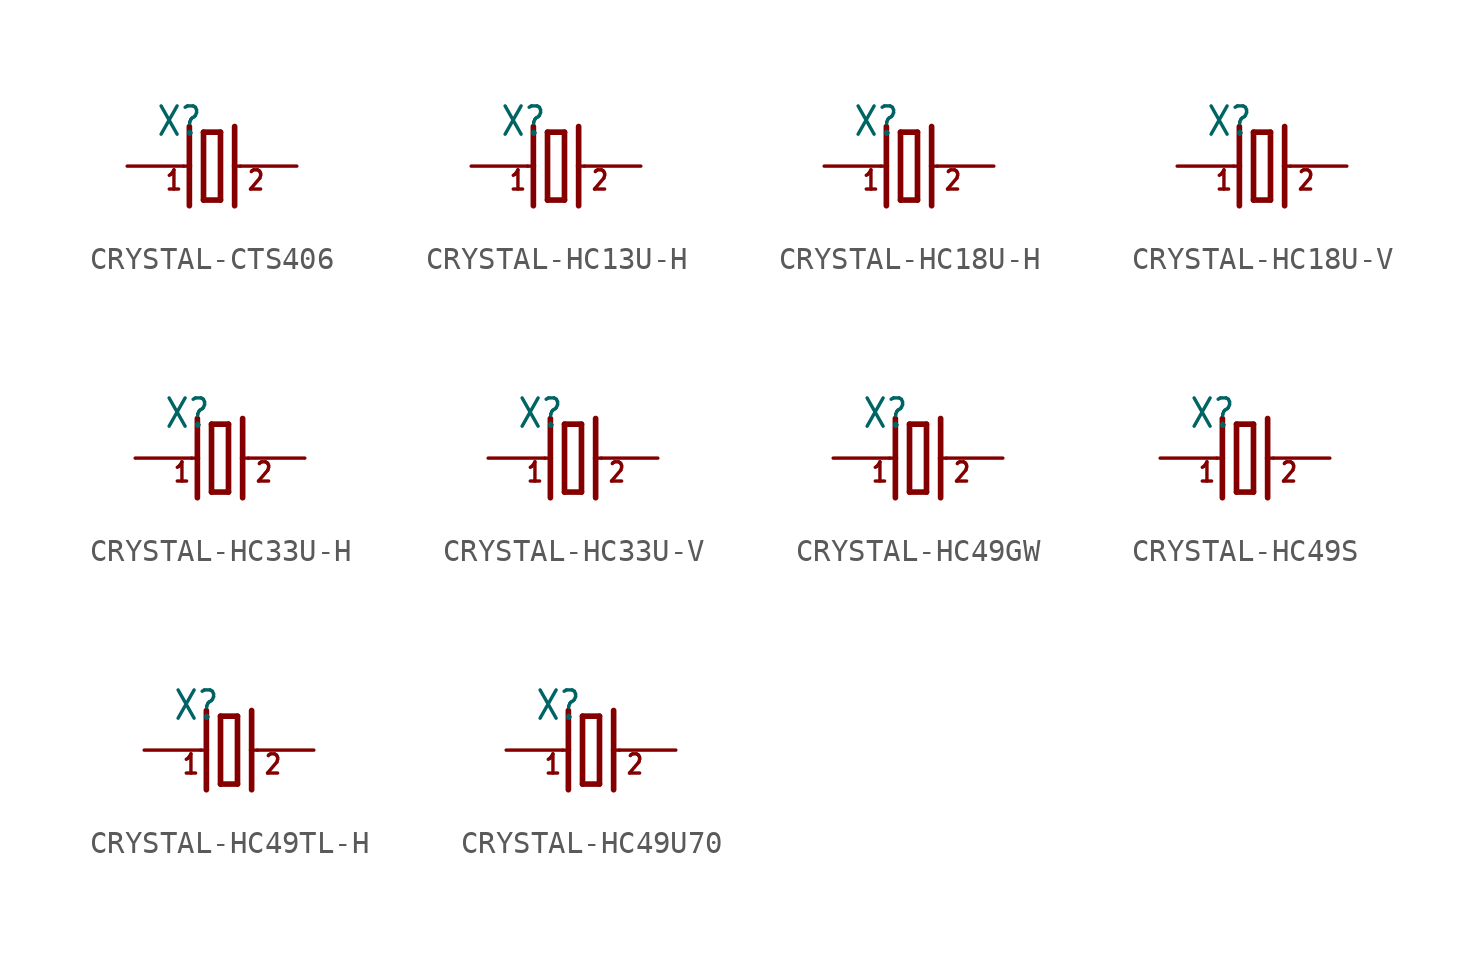
<source format=kicad_sym>
(kicad_symbol_lib
  (version 20220914)
  (generator kicad_symbol_editor)
  (symbol "CRYSTAL-CTS406"
    (property "Reference" "X"
      (at -2.54 1.27 0)
      (effects (font (size 1.27 1.079)) (justify left bottom)))
    (property "Value" ""
      (at -2.54 -2.667 0)
      (effects (font (size 1.27 1.079)) (justify left bottom)))
    (property "ki_locked" ""
      (at 0 0 0)
      (effects (font (size 1.27 1.27))))
    (symbol "CRYSTAL-CTS406_1_0"
      (polyline (pts (xy -1.27 0) (xy -1.016 0)) (stroke (width 0.152) (type solid)) (fill (type none)))
      (polyline (pts (xy -1.016 0) (xy -1.016 -1.778)) (stroke (width 0.254) (type solid)) (fill (type none)))
      (polyline (pts (xy -1.016 1.778) (xy -1.016 0)) (stroke (width 0.254) (type solid)) (fill (type none)))
      (polyline (pts (xy -0.381 -1.524) (xy 0.381 -1.524)) (stroke (width 0.254) (type solid)) (fill (type none)))
      (polyline (pts (xy -0.381 1.524) (xy -0.381 -1.524)) (stroke (width 0.254) (type solid)) (fill (type none)))
      (polyline (pts (xy 0.381 -1.524) (xy 0.381 1.524)) (stroke (width 0.254) (type solid)) (fill (type none)))
      (polyline (pts (xy 0.381 1.524) (xy -0.381 1.524)) (stroke (width 0.254) (type solid)) (fill (type none)))
      (polyline (pts (xy 1.016 0) (xy 1.016 -1.778)) (stroke (width 0.254) (type solid)) (fill (type none)))
      (polyline (pts (xy 1.016 0) (xy 1.27 0)) (stroke (width 0.152) (type solid)) (fill (type none)))
      (polyline (pts (xy 1.016 1.778) (xy 1.016 0)) (stroke (width 0.254) (type solid)) (fill (type none)))
      (text "1" (at -2.159 -1.143 0) (effects (font (size 0.864 0.734)) (justify left bottom)))
      (text "2" (at 1.524 -1.143 0) (effects (font (size 0.864 0.734)) (justify left bottom)))
      (pin passive line (at -3.81 0 0) (length 2.54) (name "1" (effects (font (size 0 0)))) (number "1" (effects (font (size 0 0)))))
      (pin passive line (at 3.81 0 180) (length 2.54) (name "2" (effects (font (size 0 0)))) (number "3" (effects (font (size 0 0)))))))
  (symbol "CRYSTAL-HC13U-H"
    (property "Reference" "X"
      (at -2.54 1.27 0)
      (effects (font (size 1.27 1.079)) (justify left bottom)))
    (property "Value" ""
      (at -2.54 -2.667 0)
      (effects (font (size 1.27 1.079)) (justify left bottom)))
    (property "ki_locked" ""
      (at 0 0 0)
      (effects (font (size 1.27 1.27))))
    (symbol "CRYSTAL-HC13U-H_1_0"
      (polyline (pts (xy -1.27 0) (xy -1.016 0)) (stroke (width 0.152) (type solid)) (fill (type none)))
      (polyline (pts (xy -1.016 0) (xy -1.016 -1.778)) (stroke (width 0.254) (type solid)) (fill (type none)))
      (polyline (pts (xy -1.016 1.778) (xy -1.016 0)) (stroke (width 0.254) (type solid)) (fill (type none)))
      (polyline (pts (xy -0.381 -1.524) (xy 0.381 -1.524)) (stroke (width 0.254) (type solid)) (fill (type none)))
      (polyline (pts (xy -0.381 1.524) (xy -0.381 -1.524)) (stroke (width 0.254) (type solid)) (fill (type none)))
      (polyline (pts (xy 0.381 -1.524) (xy 0.381 1.524)) (stroke (width 0.254) (type solid)) (fill (type none)))
      (polyline (pts (xy 0.381 1.524) (xy -0.381 1.524)) (stroke (width 0.254) (type solid)) (fill (type none)))
      (polyline (pts (xy 1.016 0) (xy 1.016 -1.778)) (stroke (width 0.254) (type solid)) (fill (type none)))
      (polyline (pts (xy 1.016 0) (xy 1.27 0)) (stroke (width 0.152) (type solid)) (fill (type none)))
      (polyline (pts (xy 1.016 1.778) (xy 1.016 0)) (stroke (width 0.254) (type solid)) (fill (type none)))
      (text "1" (at -2.159 -1.143 0) (effects (font (size 0.864 0.734)) (justify left bottom)))
      (text "2" (at 1.524 -1.143 0) (effects (font (size 0.864 0.734)) (justify left bottom)))
      (pin passive line (at -3.81 0 0) (length 2.54) (name "1" (effects (font (size 0 0)))) (number "1" (effects (font (size 0 0)))))
      (pin passive line (at 3.81 0 180) (length 2.54) (name "2" (effects (font (size 0 0)))) (number "2" (effects (font (size 0 0)))))))
  (symbol "CRYSTAL-HC18U-H"
    (property "Reference" "X"
      (at -2.54 1.27 0)
      (effects (font (size 1.27 1.079)) (justify left bottom)))
    (property "Value" ""
      (at -2.54 -2.667 0)
      (effects (font (size 1.27 1.079)) (justify left bottom)))
    (property "ki_locked" ""
      (at 0 0 0)
      (effects (font (size 1.27 1.27))))
    (symbol "CRYSTAL-HC18U-H_1_0"
      (polyline (pts (xy -1.27 0) (xy -1.016 0)) (stroke (width 0.152) (type solid)) (fill (type none)))
      (polyline (pts (xy -1.016 0) (xy -1.016 -1.778)) (stroke (width 0.254) (type solid)) (fill (type none)))
      (polyline (pts (xy -1.016 1.778) (xy -1.016 0)) (stroke (width 0.254) (type solid)) (fill (type none)))
      (polyline (pts (xy -0.381 -1.524) (xy 0.381 -1.524)) (stroke (width 0.254) (type solid)) (fill (type none)))
      (polyline (pts (xy -0.381 1.524) (xy -0.381 -1.524)) (stroke (width 0.254) (type solid)) (fill (type none)))
      (polyline (pts (xy 0.381 -1.524) (xy 0.381 1.524)) (stroke (width 0.254) (type solid)) (fill (type none)))
      (polyline (pts (xy 0.381 1.524) (xy -0.381 1.524)) (stroke (width 0.254) (type solid)) (fill (type none)))
      (polyline (pts (xy 1.016 0) (xy 1.016 -1.778)) (stroke (width 0.254) (type solid)) (fill (type none)))
      (polyline (pts (xy 1.016 0) (xy 1.27 0)) (stroke (width 0.152) (type solid)) (fill (type none)))
      (polyline (pts (xy 1.016 1.778) (xy 1.016 0)) (stroke (width 0.254) (type solid)) (fill (type none)))
      (text "1" (at -2.159 -1.143 0) (effects (font (size 0.864 0.734)) (justify left bottom)))
      (text "2" (at 1.524 -1.143 0) (effects (font (size 0.864 0.734)) (justify left bottom)))
      (pin passive line (at -3.81 0 0) (length 2.54) (name "1" (effects (font (size 0 0)))) (number "1" (effects (font (size 0 0)))))
      (pin passive line (at 3.81 0 180) (length 2.54) (name "2" (effects (font (size 0 0)))) (number "2" (effects (font (size 0 0)))))))
  (symbol "CRYSTAL-HC18U-V"
    (property "Reference" "X"
      (at -2.54 1.27 0)
      (effects (font (size 1.27 1.079)) (justify left bottom)))
    (property "Value" ""
      (at -2.54 -2.667 0)
      (effects (font (size 1.27 1.079)) (justify left bottom)))
    (property "ki_locked" ""
      (at 0 0 0)
      (effects (font (size 1.27 1.27))))
    (symbol "CRYSTAL-HC18U-V_1_0"
      (polyline (pts (xy -1.27 0) (xy -1.016 0)) (stroke (width 0.152) (type solid)) (fill (type none)))
      (polyline (pts (xy -1.016 0) (xy -1.016 -1.778)) (stroke (width 0.254) (type solid)) (fill (type none)))
      (polyline (pts (xy -1.016 1.778) (xy -1.016 0)) (stroke (width 0.254) (type solid)) (fill (type none)))
      (polyline (pts (xy -0.381 -1.524) (xy 0.381 -1.524)) (stroke (width 0.254) (type solid)) (fill (type none)))
      (polyline (pts (xy -0.381 1.524) (xy -0.381 -1.524)) (stroke (width 0.254) (type solid)) (fill (type none)))
      (polyline (pts (xy 0.381 -1.524) (xy 0.381 1.524)) (stroke (width 0.254) (type solid)) (fill (type none)))
      (polyline (pts (xy 0.381 1.524) (xy -0.381 1.524)) (stroke (width 0.254) (type solid)) (fill (type none)))
      (polyline (pts (xy 1.016 0) (xy 1.016 -1.778)) (stroke (width 0.254) (type solid)) (fill (type none)))
      (polyline (pts (xy 1.016 0) (xy 1.27 0)) (stroke (width 0.152) (type solid)) (fill (type none)))
      (polyline (pts (xy 1.016 1.778) (xy 1.016 0)) (stroke (width 0.254) (type solid)) (fill (type none)))
      (text "1" (at -2.159 -1.143 0) (effects (font (size 0.864 0.734)) (justify left bottom)))
      (text "2" (at 1.524 -1.143 0) (effects (font (size 0.864 0.734)) (justify left bottom)))
      (pin passive line (at -3.81 0 0) (length 2.54) (name "1" (effects (font (size 0 0)))) (number "1" (effects (font (size 0 0)))))
      (pin passive line (at 3.81 0 180) (length 2.54) (name "2" (effects (font (size 0 0)))) (number "2" (effects (font (size 0 0)))))))
  (symbol "CRYSTAL-HC33U-H"
    (property "Reference" "X"
      (at -2.54 1.27 0)
      (effects (font (size 1.27 1.079)) (justify left bottom)))
    (property "Value" ""
      (at -2.54 -2.667 0)
      (effects (font (size 1.27 1.079)) (justify left bottom)))
    (property "ki_locked" ""
      (at 0 0 0)
      (effects (font (size 1.27 1.27))))
    (symbol "CRYSTAL-HC33U-H_1_0"
      (polyline (pts (xy -1.27 0) (xy -1.016 0)) (stroke (width 0.152) (type solid)) (fill (type none)))
      (polyline (pts (xy -1.016 0) (xy -1.016 -1.778)) (stroke (width 0.254) (type solid)) (fill (type none)))
      (polyline (pts (xy -1.016 1.778) (xy -1.016 0)) (stroke (width 0.254) (type solid)) (fill (type none)))
      (polyline (pts (xy -0.381 -1.524) (xy 0.381 -1.524)) (stroke (width 0.254) (type solid)) (fill (type none)))
      (polyline (pts (xy -0.381 1.524) (xy -0.381 -1.524)) (stroke (width 0.254) (type solid)) (fill (type none)))
      (polyline (pts (xy 0.381 -1.524) (xy 0.381 1.524)) (stroke (width 0.254) (type solid)) (fill (type none)))
      (polyline (pts (xy 0.381 1.524) (xy -0.381 1.524)) (stroke (width 0.254) (type solid)) (fill (type none)))
      (polyline (pts (xy 1.016 0) (xy 1.016 -1.778)) (stroke (width 0.254) (type solid)) (fill (type none)))
      (polyline (pts (xy 1.016 0) (xy 1.27 0)) (stroke (width 0.152) (type solid)) (fill (type none)))
      (polyline (pts (xy 1.016 1.778) (xy 1.016 0)) (stroke (width 0.254) (type solid)) (fill (type none)))
      (text "1" (at -2.159 -1.143 0) (effects (font (size 0.864 0.734)) (justify left bottom)))
      (text "2" (at 1.524 -1.143 0) (effects (font (size 0.864 0.734)) (justify left bottom)))
      (pin passive line (at -3.81 0 0) (length 2.54) (name "1" (effects (font (size 0 0)))) (number "1" (effects (font (size 0 0)))))
      (pin passive line (at 3.81 0 180) (length 2.54) (name "2" (effects (font (size 0 0)))) (number "2" (effects (font (size 0 0)))))))
  (symbol "CRYSTAL-HC33U-V"
    (property "Reference" "X"
      (at -2.54 1.27 0)
      (effects (font (size 1.27 1.079)) (justify left bottom)))
    (property "Value" ""
      (at -2.54 -2.667 0)
      (effects (font (size 1.27 1.079)) (justify left bottom)))
    (property "ki_locked" ""
      (at 0 0 0)
      (effects (font (size 1.27 1.27))))
    (symbol "CRYSTAL-HC33U-V_1_0"
      (polyline (pts (xy -1.27 0) (xy -1.016 0)) (stroke (width 0.152) (type solid)) (fill (type none)))
      (polyline (pts (xy -1.016 0) (xy -1.016 -1.778)) (stroke (width 0.254) (type solid)) (fill (type none)))
      (polyline (pts (xy -1.016 1.778) (xy -1.016 0)) (stroke (width 0.254) (type solid)) (fill (type none)))
      (polyline (pts (xy -0.381 -1.524) (xy 0.381 -1.524)) (stroke (width 0.254) (type solid)) (fill (type none)))
      (polyline (pts (xy -0.381 1.524) (xy -0.381 -1.524)) (stroke (width 0.254) (type solid)) (fill (type none)))
      (polyline (pts (xy 0.381 -1.524) (xy 0.381 1.524)) (stroke (width 0.254) (type solid)) (fill (type none)))
      (polyline (pts (xy 0.381 1.524) (xy -0.381 1.524)) (stroke (width 0.254) (type solid)) (fill (type none)))
      (polyline (pts (xy 1.016 0) (xy 1.016 -1.778)) (stroke (width 0.254) (type solid)) (fill (type none)))
      (polyline (pts (xy 1.016 0) (xy 1.27 0)) (stroke (width 0.152) (type solid)) (fill (type none)))
      (polyline (pts (xy 1.016 1.778) (xy 1.016 0)) (stroke (width 0.254) (type solid)) (fill (type none)))
      (text "1" (at -2.159 -1.143 0) (effects (font (size 0.864 0.734)) (justify left bottom)))
      (text "2" (at 1.524 -1.143 0) (effects (font (size 0.864 0.734)) (justify left bottom)))
      (pin passive line (at -3.81 0 0) (length 2.54) (name "1" (effects (font (size 0 0)))) (number "1" (effects (font (size 0 0)))))
      (pin passive line (at 3.81 0 180) (length 2.54) (name "2" (effects (font (size 0 0)))) (number "2" (effects (font (size 0 0)))))))
  (symbol "CRYSTAL-HC49GW"
    (property "Reference" "X"
      (at -2.54 1.27 0)
      (effects (font (size 1.27 1.079)) (justify left bottom)))
    (property "Value" ""
      (at -2.54 -2.667 0)
      (effects (font (size 1.27 1.079)) (justify left bottom)))
    (property "ki_locked" ""
      (at 0 0 0)
      (effects (font (size 1.27 1.27))))
    (symbol "CRYSTAL-HC49GW_1_0"
      (polyline (pts (xy -1.27 0) (xy -1.016 0)) (stroke (width 0.152) (type solid)) (fill (type none)))
      (polyline (pts (xy -1.016 0) (xy -1.016 -1.778)) (stroke (width 0.254) (type solid)) (fill (type none)))
      (polyline (pts (xy -1.016 1.778) (xy -1.016 0)) (stroke (width 0.254) (type solid)) (fill (type none)))
      (polyline (pts (xy -0.381 -1.524) (xy 0.381 -1.524)) (stroke (width 0.254) (type solid)) (fill (type none)))
      (polyline (pts (xy -0.381 1.524) (xy -0.381 -1.524)) (stroke (width 0.254) (type solid)) (fill (type none)))
      (polyline (pts (xy 0.381 -1.524) (xy 0.381 1.524)) (stroke (width 0.254) (type solid)) (fill (type none)))
      (polyline (pts (xy 0.381 1.524) (xy -0.381 1.524)) (stroke (width 0.254) (type solid)) (fill (type none)))
      (polyline (pts (xy 1.016 0) (xy 1.016 -1.778)) (stroke (width 0.254) (type solid)) (fill (type none)))
      (polyline (pts (xy 1.016 0) (xy 1.27 0)) (stroke (width 0.152) (type solid)) (fill (type none)))
      (polyline (pts (xy 1.016 1.778) (xy 1.016 0)) (stroke (width 0.254) (type solid)) (fill (type none)))
      (text "1" (at -2.159 -1.143 0) (effects (font (size 0.864 0.734)) (justify left bottom)))
      (text "2" (at 1.524 -1.143 0) (effects (font (size 0.864 0.734)) (justify left bottom)))
      (pin passive line (at -3.81 0 0) (length 2.54) (name "1" (effects (font (size 0 0)))) (number "1" (effects (font (size 0 0)))))
      (pin passive line (at 3.81 0 180) (length 2.54) (name "2" (effects (font (size 0 0)))) (number "2" (effects (font (size 0 0)))))))
  (symbol "CRYSTAL-HC49S"
    (property "Reference" "X"
      (at -2.54 1.27 0)
      (effects (font (size 1.27 1.079)) (justify left bottom)))
    (property "Value" ""
      (at -2.54 -2.667 0)
      (effects (font (size 1.27 1.079)) (justify left bottom)))
    (property "ki_locked" ""
      (at 0 0 0)
      (effects (font (size 1.27 1.27))))
    (symbol "CRYSTAL-HC49S_1_0"
      (polyline (pts (xy -1.27 0) (xy -1.016 0)) (stroke (width 0.152) (type solid)) (fill (type none)))
      (polyline (pts (xy -1.016 0) (xy -1.016 -1.778)) (stroke (width 0.254) (type solid)) (fill (type none)))
      (polyline (pts (xy -1.016 1.778) (xy -1.016 0)) (stroke (width 0.254) (type solid)) (fill (type none)))
      (polyline (pts (xy -0.381 -1.524) (xy 0.381 -1.524)) (stroke (width 0.254) (type solid)) (fill (type none)))
      (polyline (pts (xy -0.381 1.524) (xy -0.381 -1.524)) (stroke (width 0.254) (type solid)) (fill (type none)))
      (polyline (pts (xy 0.381 -1.524) (xy 0.381 1.524)) (stroke (width 0.254) (type solid)) (fill (type none)))
      (polyline (pts (xy 0.381 1.524) (xy -0.381 1.524)) (stroke (width 0.254) (type solid)) (fill (type none)))
      (polyline (pts (xy 1.016 0) (xy 1.016 -1.778)) (stroke (width 0.254) (type solid)) (fill (type none)))
      (polyline (pts (xy 1.016 0) (xy 1.27 0)) (stroke (width 0.152) (type solid)) (fill (type none)))
      (polyline (pts (xy 1.016 1.778) (xy 1.016 0)) (stroke (width 0.254) (type solid)) (fill (type none)))
      (text "1" (at -2.159 -1.143 0) (effects (font (size 0.864 0.734)) (justify left bottom)))
      (text "2" (at 1.524 -1.143 0) (effects (font (size 0.864 0.734)) (justify left bottom)))
      (pin passive line (at -3.81 0 0) (length 2.54) (name "1" (effects (font (size 0 0)))) (number "1" (effects (font (size 0 0)))))
      (pin passive line (at 3.81 0 180) (length 2.54) (name "2" (effects (font (size 0 0)))) (number "2" (effects (font (size 0 0)))))))
  (symbol "CRYSTAL-HC49TL-H"
    (property "Reference" "X"
      (at -2.54 1.27 0)
      (effects (font (size 1.27 1.079)) (justify left bottom)))
    (property "Value" ""
      (at -2.54 -2.667 0)
      (effects (font (size 1.27 1.079)) (justify left bottom)))
    (property "ki_locked" ""
      (at 0 0 0)
      (effects (font (size 1.27 1.27))))
    (symbol "CRYSTAL-HC49TL-H_1_0"
      (polyline (pts (xy -1.27 0) (xy -1.016 0)) (stroke (width 0.152) (type solid)) (fill (type none)))
      (polyline (pts (xy -1.016 0) (xy -1.016 -1.778)) (stroke (width 0.254) (type solid)) (fill (type none)))
      (polyline (pts (xy -1.016 1.778) (xy -1.016 0)) (stroke (width 0.254) (type solid)) (fill (type none)))
      (polyline (pts (xy -0.381 -1.524) (xy 0.381 -1.524)) (stroke (width 0.254) (type solid)) (fill (type none)))
      (polyline (pts (xy -0.381 1.524) (xy -0.381 -1.524)) (stroke (width 0.254) (type solid)) (fill (type none)))
      (polyline (pts (xy 0.381 -1.524) (xy 0.381 1.524)) (stroke (width 0.254) (type solid)) (fill (type none)))
      (polyline (pts (xy 0.381 1.524) (xy -0.381 1.524)) (stroke (width 0.254) (type solid)) (fill (type none)))
      (polyline (pts (xy 1.016 0) (xy 1.016 -1.778)) (stroke (width 0.254) (type solid)) (fill (type none)))
      (polyline (pts (xy 1.016 0) (xy 1.27 0)) (stroke (width 0.152) (type solid)) (fill (type none)))
      (polyline (pts (xy 1.016 1.778) (xy 1.016 0)) (stroke (width 0.254) (type solid)) (fill (type none)))
      (text "1" (at -2.159 -1.143 0) (effects (font (size 0.864 0.734)) (justify left bottom)))
      (text "2" (at 1.524 -1.143 0) (effects (font (size 0.864 0.734)) (justify left bottom)))
      (pin passive line (at -3.81 0 0) (length 2.54) (name "1" (effects (font (size 0 0)))) (number "1" (effects (font (size 0 0)))))
      (pin passive line (at 3.81 0 180) (length 2.54) (name "2" (effects (font (size 0 0)))) (number "2" (effects (font (size 0 0)))))))
  (symbol "CRYSTAL-HC49U70"
    (property "Reference" "X"
      (at -2.54 1.27 0)
      (effects (font (size 1.27 1.079)) (justify left bottom)))
    (property "Value" ""
      (at -2.54 -2.667 0)
      (effects (font (size 1.27 1.079)) (justify left bottom)))
    (property "ki_locked" ""
      (at 0 0 0)
      (effects (font (size 1.27 1.27))))
    (symbol "CRYSTAL-HC49U70_1_0"
      (polyline (pts (xy -1.27 0) (xy -1.016 0)) (stroke (width 0.152) (type solid)) (fill (type none)))
      (polyline (pts (xy -1.016 0) (xy -1.016 -1.778)) (stroke (width 0.254) (type solid)) (fill (type none)))
      (polyline (pts (xy -1.016 1.778) (xy -1.016 0)) (stroke (width 0.254) (type solid)) (fill (type none)))
      (polyline (pts (xy -0.381 -1.524) (xy 0.381 -1.524)) (stroke (width 0.254) (type solid)) (fill (type none)))
      (polyline (pts (xy -0.381 1.524) (xy -0.381 -1.524)) (stroke (width 0.254) (type solid)) (fill (type none)))
      (polyline (pts (xy 0.381 -1.524) (xy 0.381 1.524)) (stroke (width 0.254) (type solid)) (fill (type none)))
      (polyline (pts (xy 0.381 1.524) (xy -0.381 1.524)) (stroke (width 0.254) (type solid)) (fill (type none)))
      (polyline (pts (xy 1.016 0) (xy 1.016 -1.778)) (stroke (width 0.254) (type solid)) (fill (type none)))
      (polyline (pts (xy 1.016 0) (xy 1.27 0)) (stroke (width 0.152) (type solid)) (fill (type none)))
      (polyline (pts (xy 1.016 1.778) (xy 1.016 0)) (stroke (width 0.254) (type solid)) (fill (type none)))
      (text "1" (at -2.159 -1.143 0) (effects (font (size 0.864 0.734)) (justify left bottom)))
      (text "2" (at 1.524 -1.143 0) (effects (font (size 0.864 0.734)) (justify left bottom)))
      (pin passive line (at -3.81 0 0) (length 2.54) (name "1" (effects (font (size 0 0)))) (number "1" (effects (font (size 0 0)))))
      (pin passive line (at 3.81 0 180) (length 2.54) (name "2" (effects (font (size 0 0)))) (number "2" (effects (font (size 0 0))))))))
</source>
